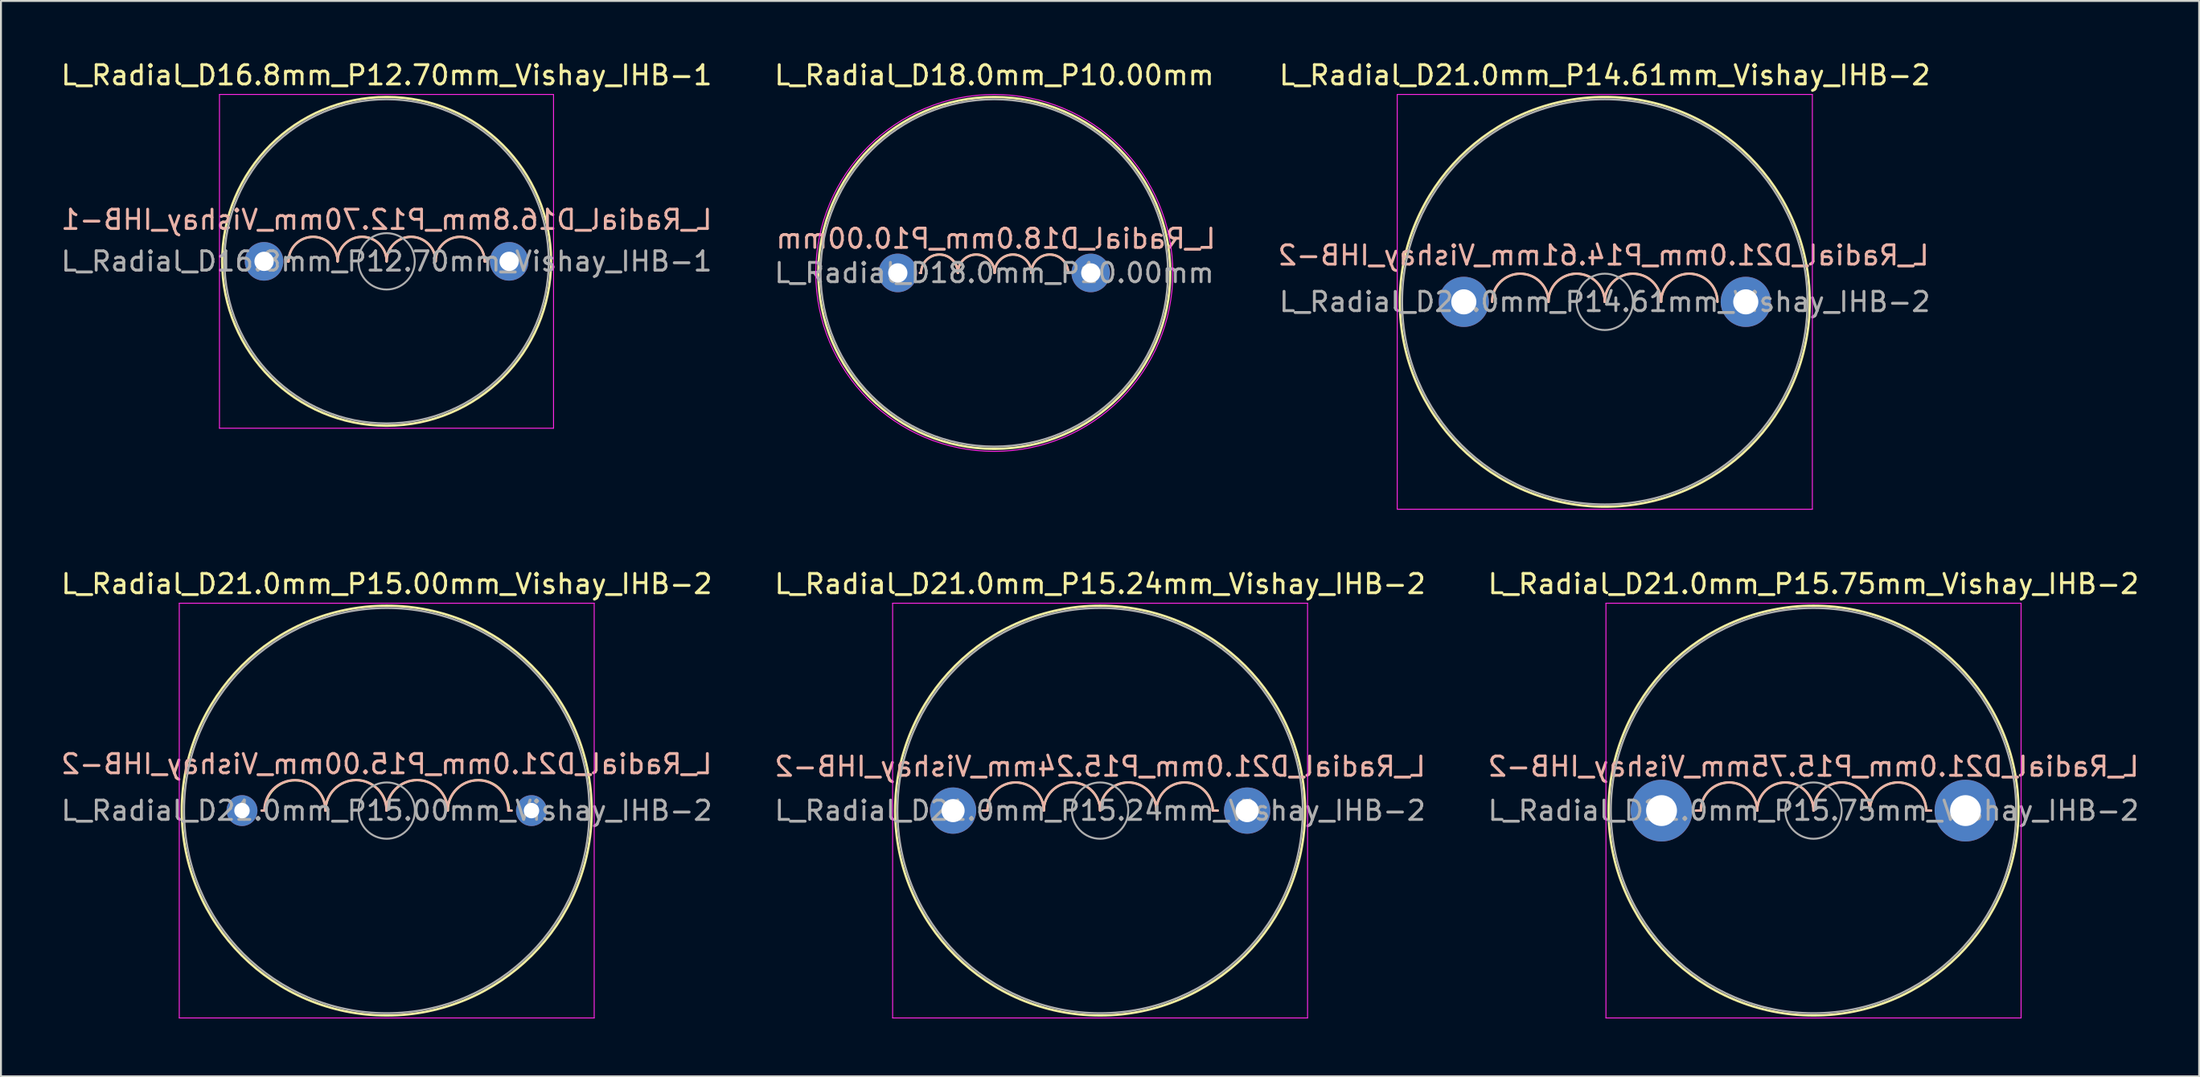
<source format=kicad_pcb>
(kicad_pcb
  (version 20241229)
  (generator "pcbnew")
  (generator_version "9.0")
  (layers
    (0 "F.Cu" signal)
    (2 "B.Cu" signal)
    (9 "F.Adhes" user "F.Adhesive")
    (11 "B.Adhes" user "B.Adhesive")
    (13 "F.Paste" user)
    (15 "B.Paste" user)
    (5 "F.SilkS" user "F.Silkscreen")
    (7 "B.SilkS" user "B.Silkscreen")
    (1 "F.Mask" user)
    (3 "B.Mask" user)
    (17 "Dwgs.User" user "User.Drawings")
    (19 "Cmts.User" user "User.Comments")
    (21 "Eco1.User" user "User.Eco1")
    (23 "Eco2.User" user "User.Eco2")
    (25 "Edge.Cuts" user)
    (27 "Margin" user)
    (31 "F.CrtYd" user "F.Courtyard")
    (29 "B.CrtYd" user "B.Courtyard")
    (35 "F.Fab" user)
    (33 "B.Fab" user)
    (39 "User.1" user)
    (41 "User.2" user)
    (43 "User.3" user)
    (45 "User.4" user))
  (footprint "L_Radial_D21.0mm_P15.00mm_Vishay_IHB-2"
    (layer "F.Cu")
    (at 9.489 38.971)
    (property "Reference" "L_Radial_D21.0mm_P15.00mm_Vishay_IHB-2" (at 7.5 -11.75 0) (layer "F.SilkS") (effects (font (size 1 1) (thickness 0.15))))
    (fp_line (start 1.188 0) (end 1.016 0) (stroke (width 0.12) (type solid)) (layer "F.SilkS"))
    (fp_line (start 13.829 0) (end 13.97 0) (stroke (width 0.12) (type solid)) (layer "F.SilkS"))
    (fp_arc (start 1.188 0) (mid 2.761 -1.573) (end 4.334 0) (stroke (width 0.12) (type solid)) (layer "F.SilkS"))
    (fp_arc (start 4.334 0) (mid 5.917 -1.583) (end 7.5 0) (stroke (width 0.12) (type solid)) (layer "F.SilkS"))
    (fp_arc (start 7.5 0) (mid 9.0805 -1.5805) (end 10.661 0) (stroke (width 0.12) (type solid)) (layer "F.SilkS"))
    (fp_arc (start 10.668 0) (mid 12.2485 -1.5805) (end 13.829 0) (stroke (width 0.12) (type solid)) (layer "F.SilkS"))
    (fp_circle (center 7.5 0) (end 18.12 0) (stroke (width 0.12) (type solid)) (fill no) (layer "F.SilkS"))
    (fp_line (start 1.157 0) (end 1.016 0) (stroke (width 0.12) (type solid)) (layer "B.SilkS"))
    (fp_line (start 13.798 0) (end 13.97 0) (stroke (width 0.12) (type solid)) (layer "B.SilkS"))
    (fp_arc (start 1.157 0) (mid 2.7375 -1.5805) (end 4.318 0) (stroke (width 0.12) (type solid)) (layer "B.SilkS"))
    (fp_arc (start 4.325 0) (mid 5.9055 -1.5805) (end 7.486 0) (stroke (width 0.12) (type solid)) (layer "B.SilkS"))
    (fp_arc (start 7.486 0) (mid 9.069 -1.583) (end 10.652 0) (stroke (width 0.12) (type solid)) (layer "B.SilkS"))
    (fp_arc (start 10.652 0) (mid 12.225 -1.573) (end 13.798 0) (stroke (width 0.12) (type solid)) (layer "B.SilkS"))
    (fp_line (start -3.25 -10.75) (end -3.25 10.75) (stroke (width 0.05) (type solid)) (layer "F.CrtYd"))
    (fp_line (start -3.25 10.75) (end 18.25 10.75) (stroke (width 0.05) (type solid)) (layer "F.CrtYd"))
    (fp_line (start 18.25 -10.75) (end -3.25 -10.75) (stroke (width 0.05) (type solid)) (layer "F.CrtYd"))
    (fp_line (start 18.25 10.75) (end 18.25 -10.75) (stroke (width 0.05) (type solid)) (layer "F.CrtYd"))
    (fp_circle (center 7.5 0) (end 8.96 0) (stroke (width 0.1) (type solid)) (fill no) (layer "F.Fab"))
    (fp_circle (center 7.5 0) (end 18 0) (stroke (width 0.1) (type solid)) (fill no) (layer "F.Fab"))
    (fp_text user "${REFERENCE}" (at 7.493 -2.413 0) (layer "B.SilkS") (effects (font (size 1 1) (thickness 0.15)) (justify mirror)))
    (fp_text user "${REFERENCE}" (at 7.5 0 0) (layer "F.Fab") (effects (font (size 1 1) (thickness 0.15))))
    (pad "1" thru_hole circle (at 0 0) (size 1.6 1.6) (drill 0.8) (layers "*.Cu" "*.Mask"))
    (pad "2" thru_hole circle (at 15 0) (size 1.6 1.6) (drill 0.8) (layers "*.Cu" "*.Mask")))
  (footprint "L_Radial_D18.0mm_P10.00mm"
    (layer "F.Cu")
    (at 43.47 11.098)
    (property "Reference" "L_Radial_D18.0mm_P10.00mm" (at 5 -10.25 0) (layer "F.SilkS") (effects (font (size 1 1) (thickness 0.15))))
    (fp_line (start 1.206 0) (end 1.143 0) (stroke (width 0.12) (type solid)) (layer "F.SilkS"))
    (fp_line (start 8.89 0) (end 8.826 0) (stroke (width 0.12) (type solid)) (layer "F.SilkS"))
    (fp_arc (start 1.2065 0) (mid 2.159 -0.9525) (end 3.1115 0) (stroke (width 0.12) (type solid)) (layer "F.SilkS"))
    (fp_arc (start 3.1115 0) (mid 4.064 -0.9525) (end 5.0165 0) (stroke (width 0.12) (type solid)) (layer "F.SilkS"))
    (fp_arc (start 5.0165 0) (mid 5.969 -0.9525) (end 6.9215 0) (stroke (width 0.12) (type solid)) (layer "F.SilkS"))
    (fp_arc (start 6.9215 0) (mid 7.874 -0.9525) (end 8.8265 0) (stroke (width 0.12) (type solid)) (layer "F.SilkS"))
    (fp_circle (center 5 0) (end 14.12 0) (stroke (width 0.12) (type solid)) (fill no) (layer "F.SilkS"))
    (fp_line (start 1.143 0) (end 1.206 0) (stroke (width 0.12) (type solid)) (layer "B.SilkS"))
    (fp_line (start 8.826 0) (end 8.89 0) (stroke (width 0.12) (type solid)) (layer "B.SilkS"))
    (fp_arc (start 1.2065 0) (mid 2.159 -0.9525) (end 3.1115 0) (stroke (width 0.12) (type solid)) (layer "B.SilkS"))
    (fp_arc (start 3.1115 0) (mid 4.064 -0.9525) (end 5.0165 0) (stroke (width 0.12) (type solid)) (layer "B.SilkS"))
    (fp_arc (start 5.0165 0) (mid 5.969 -0.9525) (end 6.9215 0) (stroke (width 0.12) (type solid)) (layer "B.SilkS"))
    (fp_arc (start 6.9215 0) (mid 7.874 -0.9525) (end 8.8265 0) (stroke (width 0.12) (type solid)) (layer "B.SilkS"))
    (fp_circle (center 5 0) (end 14.25 0) (stroke (width 0.05) (type solid)) (fill no) (layer "F.CrtYd"))
    (fp_circle (center 5 0) (end 14 0) (stroke (width 0.1) (type solid)) (fill no) (layer "F.Fab"))
    (fp_text user "${REFERENCE}" (at 5.08 -1.778 0) (layer "B.SilkS") (effects (font (size 1 1) (thickness 0.15)) (justify mirror)))
    (fp_text user "${REFERENCE}" (at 5 0 0) (layer "F.Fab") (effects (font (size 1 1) (thickness 0.15))))
    (pad "1" thru_hole circle (at 0 0) (size 2 2) (drill 1) (layers "*.Cu" "*.Mask"))
    (pad "2" thru_hole circle (at 10 0) (size 2 2) (drill 1) (layers "*.Cu" "*.Mask")))
  (footprint "L_Radial_D21.0mm_P14.61mm_Vishay_IHB-2"
    (layer "F.Cu")
    (at 72.799 12.598)
    (property "Reference" "L_Radial_D21.0mm_P14.61mm_Vishay_IHB-2" (at 7.305 -11.75 0) (layer "F.SilkS") (effects (font (size 1 1) (thickness 0.15))))
    (fp_arc (start 1.473 0) (mid 2.931 -1.458) (end 4.389 0) (stroke (width 0.12) (type solid)) (layer "F.SilkS"))
    (fp_arc (start 4.389 0) (mid 5.847 -1.458) (end 7.305 0) (stroke (width 0.12) (type solid)) (layer "F.SilkS"))
    (fp_arc (start 7.305 0) (mid 8.7655 -1.4605) (end 10.226 0) (stroke (width 0.12) (type solid)) (layer "F.SilkS"))
    (fp_arc (start 10.226 0) (mid 11.6865 -1.4605) (end 13.147 0) (stroke (width 0.12) (type solid)) (layer "F.SilkS"))
    (fp_circle (center 7.305 0) (end 17.925 0) (stroke (width 0.12) (type solid)) (fill no) (layer "F.SilkS"))
    (fp_arc (start 1.4605 0) (mid 2.921 -1.4605) (end 4.3815 0) (stroke (width 0.12) (type solid)) (layer "B.SilkS"))
    (fp_arc (start 4.3815 0) (mid 5.842 -1.4605) (end 7.3025 0) (stroke (width 0.12) (type solid)) (layer "B.SilkS"))
    (fp_arc (start 7.3025 0) (mid 8.7605 -1.458) (end 10.2185 0) (stroke (width 0.12) (type solid)) (layer "B.SilkS"))
    (fp_arc (start 10.2185 0) (mid 11.6765 -1.458) (end 13.1345 0) (stroke (width 0.12) (type solid)) (layer "B.SilkS"))
    (fp_line (start -3.45 -10.75) (end -3.45 10.75) (stroke (width 0.05) (type solid)) (layer "F.CrtYd"))
    (fp_line (start -3.45 10.75) (end 18.06 10.75) (stroke (width 0.05) (type solid)) (layer "F.CrtYd"))
    (fp_line (start 18.06 -10.75) (end -3.45 -10.75) (stroke (width 0.05) (type solid)) (layer "F.CrtYd"))
    (fp_line (start 18.06 10.75) (end 18.06 -10.75) (stroke (width 0.05) (type solid)) (layer "F.CrtYd"))
    (fp_circle (center 7.305 0) (end 8.765 0) (stroke (width 0.1) (type solid)) (fill no) (layer "F.Fab"))
    (fp_circle (center 7.305 0) (end 17.805 0) (stroke (width 0.1) (type solid)) (fill no) (layer "F.Fab"))
    (fp_text user "${REFERENCE}" (at 7.239 -2.413 0) (layer "B.SilkS") (effects (font (size 1 1) (thickness 0.15)) (justify mirror)))
    (fp_text user "${REFERENCE}" (at 7.305 0 0) (layer "F.Fab") (effects (font (size 1 1) (thickness 0.15))))
    (pad "1" thru_hole circle (at 0 0) (size 2.6 2.6) (drill 1.3) (layers "*.Cu" "*.Mask"))
    (pad "2" thru_hole circle (at 14.61 0) (size 2.6 2.6) (drill 1.3) (layers "*.Cu" "*.Mask")))
  (footprint "L_Radial_D21.0mm_P15.24mm_Vishay_IHB-2"
    (layer "F.Cu")
    (at 46.333 38.971)
    (property "Reference" "L_Radial_D21.0mm_P15.24mm_Vishay_IHB-2" (at 7.62 -11.75 0) (layer "F.SilkS") (effects (font (size 1 1) (thickness 0.15))))
    (fp_line (start 1.788 0) (end 1.524 0) (stroke (width 0.12) (type solid)) (layer "F.SilkS"))
    (fp_line (start 13.462 0) (end 13.716 0) (stroke (width 0.12) (type solid)) (layer "F.SilkS"))
    (fp_arc (start 1.788 0) (mid 3.246 -1.458) (end 4.704 0) (stroke (width 0.12) (type solid)) (layer "F.SilkS"))
    (fp_arc (start 4.704 0) (mid 6.162 -1.458) (end 7.62 0) (stroke (width 0.12) (type solid)) (layer "F.SilkS"))
    (fp_arc (start 7.62 0) (mid 9.0805 -1.4605) (end 10.541 0) (stroke (width 0.12) (type solid)) (layer "F.SilkS"))
    (fp_arc (start 10.541 0) (mid 12.0015 -1.4605) (end 13.462 0) (stroke (width 0.12) (type solid)) (layer "F.SilkS"))
    (fp_circle (center 7.62 0) (end 18.24 0) (stroke (width 0.12) (type solid)) (fill no) (layer "F.SilkS"))
    (fp_line (start 1.778 0) (end 1.524 0) (stroke (width 0.12) (type solid)) (layer "B.SilkS"))
    (fp_line (start 13.452 0) (end 13.716 0) (stroke (width 0.12) (type solid)) (layer "B.SilkS"))
    (fp_arc (start 1.778 0) (mid 3.2385 -1.4605) (end 4.699 0) (stroke (width 0.12) (type solid)) (layer "B.SilkS"))
    (fp_arc (start 4.699 0) (mid 6.1595 -1.4605) (end 7.62 0) (stroke (width 0.12) (type solid)) (layer "B.SilkS"))
    (fp_arc (start 7.62 0) (mid 9.078 -1.458) (end 10.536 0) (stroke (width 0.12) (type solid)) (layer "B.SilkS"))
    (fp_arc (start 10.536 0) (mid 11.994 -1.458) (end 13.452 0) (stroke (width 0.12) (type solid)) (layer "B.SilkS"))
    (fp_line (start -3.13 -10.75) (end -3.13 10.75) (stroke (width 0.05) (type solid)) (layer "F.CrtYd"))
    (fp_line (start -3.13 10.75) (end 18.37 10.75) (stroke (width 0.05) (type solid)) (layer "F.CrtYd"))
    (fp_line (start 18.37 -10.75) (end -3.13 -10.75) (stroke (width 0.05) (type solid)) (layer "F.CrtYd"))
    (fp_line (start 18.37 10.75) (end 18.37 -10.75) (stroke (width 0.05) (type solid)) (layer "F.CrtYd"))
    (fp_circle (center 7.62 0) (end 9.08 0) (stroke (width 0.1) (type solid)) (fill no) (layer "F.Fab"))
    (fp_circle (center 7.62 0) (end 18.12 0) (stroke (width 0.1) (type solid)) (fill no) (layer "F.Fab"))
    (fp_text user "${REFERENCE}" (at 7.62 -2.286 0) (layer "B.SilkS") (effects (font (size 1 1) (thickness 0.15)) (justify mirror)))
    (fp_text user "${REFERENCE}" (at 7.62 0 0) (layer "F.Fab") (effects (font (size 1 1) (thickness 0.15))))
    (pad "1" thru_hole circle (at 0 0) (size 2.4 2.4) (drill 1.2) (layers "*.Cu" "*.Mask"))
    (pad "2" thru_hole circle (at 15.24 0) (size 2.4 2.4) (drill 1.2) (layers "*.Cu" "*.Mask")))
  (footprint "L_Radial_D21.0mm_P15.75mm_Vishay_IHB-2"
    (layer "F.Cu")
    (at 83.044 38.971)
    (property "Reference" "L_Radial_D21.0mm_P15.75mm_Vishay_IHB-2" (at 7.875 -11.75 0) (layer "F.SilkS") (effects (font (size 1 1) (thickness 0.15))))
    (fp_line (start 2.032 0) (end 1.778 0) (stroke (width 0.12) (type solid)) (layer "F.SilkS"))
    (fp_line (start 13.716 0) (end 13.97 0) (stroke (width 0.12) (type solid)) (layer "F.SilkS"))
    (fp_arc (start 2.042 0) (mid 3.5 -1.458) (end 4.958 0) (stroke (width 0.12) (type solid)) (layer "F.SilkS"))
    (fp_arc (start 4.958 0) (mid 6.416 -1.458) (end 7.874 0) (stroke (width 0.12) (type solid)) (layer "F.SilkS"))
    (fp_arc (start 7.874 0) (mid 9.3345 -1.4605) (end 10.795 0) (stroke (width 0.12) (type solid)) (layer "F.SilkS"))
    (fp_arc (start 10.795 0) (mid 12.2555 -1.4605) (end 13.716 0) (stroke (width 0.12) (type solid)) (layer "F.SilkS"))
    (fp_circle (center 7.875 0) (end 18.495 0) (stroke (width 0.12) (type solid)) (fill no) (layer "F.SilkS"))
    (fp_line (start 2.032 0) (end 1.778 0) (stroke (width 0.12) (type solid)) (layer "B.SilkS"))
    (fp_line (start 13.716 0) (end 13.97 0) (stroke (width 0.12) (type solid)) (layer "B.SilkS"))
    (fp_arc (start 2.032 0) (mid 3.4925 -1.4605) (end 4.953 0) (stroke (width 0.12) (type solid)) (layer "B.SilkS"))
    (fp_arc (start 4.953 0) (mid 6.4135 -1.4605) (end 7.874 0) (stroke (width 0.12) (type solid)) (layer "B.SilkS"))
    (fp_arc (start 7.874 0) (mid 9.332 -1.458) (end 10.79 0) (stroke (width 0.12) (type solid)) (layer "B.SilkS"))
    (fp_arc (start 10.79 0) (mid 12.248 -1.458) (end 13.706 0) (stroke (width 0.12) (type solid)) (layer "B.SilkS"))
    (fp_line (start -2.88 -10.75) (end -2.88 10.75) (stroke (width 0.05) (type solid)) (layer "F.CrtYd"))
    (fp_line (start -2.88 10.75) (end 18.63 10.75) (stroke (width 0.05) (type solid)) (layer "F.CrtYd"))
    (fp_line (start 18.63 -10.75) (end -2.88 -10.75) (stroke (width 0.05) (type solid)) (layer "F.CrtYd"))
    (fp_line (start 18.63 10.75) (end 18.63 -10.75) (stroke (width 0.05) (type solid)) (layer "F.CrtYd"))
    (fp_circle (center 7.875 0) (end 9.335 0) (stroke (width 0.1) (type solid)) (fill no) (layer "F.Fab"))
    (fp_circle (center 7.875 0) (end 18.375 0) (stroke (width 0.1) (type solid)) (fill no) (layer "F.Fab"))
    (fp_text user "${REFERENCE}" (at 7.874 -2.286 0) (layer "B.SilkS") (effects (font (size 1 1) (thickness 0.15)) (justify mirror)))
    (fp_text user "${REFERENCE}" (at 7.875 0 0) (layer "F.Fab") (effects (font (size 1 1) (thickness 0.15))))
    (pad "1" thru_hole circle (at 0 0) (size 3.2 3.2) (drill 1.6) (layers "*.Cu" "*.Mask"))
    (pad "2" thru_hole circle (at 15.75 0) (size 3.2 3.2) (drill 1.6) (layers "*.Cu" "*.Mask")))
  (footprint "L_Radial_D16.8mm_P12.70mm_Vishay_IHB-1"
    (layer "F.Cu")
    (at 10.632 10.498)
    (property "Reference" "L_Radial_D16.8mm_P12.70mm_Vishay_IHB-1" (at 6.35 -9.65 0) (layer "F.SilkS") (effects (font (size 1 1) (thickness 0.15))))
    (fp_line (start 1.27 0) (end 1.143 0) (stroke (width 0.12) (type solid)) (layer "F.SilkS"))
    (fp_line (start 11.43 0) (end 11.557 0) (stroke (width 0.12) (type solid)) (layer "F.SilkS"))
    (fp_arc (start 1.27 0) (mid 2.54 -1.27) (end 3.81 0) (stroke (width 0.12) (type solid)) (layer "F.SilkS"))
    (fp_arc (start 3.81 0) (mid 5.08 -1.27) (end 6.35 0) (stroke (width 0.12) (type solid)) (layer "F.SilkS"))
    (fp_arc (start 6.35 0) (mid 7.62 -1.27) (end 8.89 0) (stroke (width 0.12) (type solid)) (layer "F.SilkS"))
    (fp_arc (start 8.89 0) (mid 10.16 -1.27) (end 11.43 0) (stroke (width 0.12) (type solid)) (layer "F.SilkS"))
    (fp_circle (center 6.35 0) (end 14.87 0) (stroke (width 0.12) (type solid)) (fill no) (layer "F.SilkS"))
    (fp_line (start 1.27 0) (end 1.143 0) (stroke (width 0.12) (type solid)) (layer "B.SilkS"))
    (fp_line (start 11.43 0) (end 11.557 0) (stroke (width 0.12) (type solid)) (layer "B.SilkS"))
    (fp_arc (start 1.27 0) (mid 2.54 -1.27) (end 3.81 0) (stroke (width 0.12) (type solid)) (layer "B.SilkS"))
    (fp_arc (start 3.81 0) (mid 5.08 -1.27) (end 6.35 0) (stroke (width 0.12) (type solid)) (layer "B.SilkS"))
    (fp_arc (start 6.35 0) (mid 7.62 -1.27) (end 8.89 0) (stroke (width 0.12) (type solid)) (layer "B.SilkS"))
    (fp_arc (start 8.89 0) (mid 10.16 -1.27) (end 11.43 0) (stroke (width 0.12) (type solid)) (layer "B.SilkS"))
    (fp_line (start -2.31 -8.65) (end -2.31 8.65) (stroke (width 0.05) (type solid)) (layer "F.CrtYd"))
    (fp_line (start -2.31 8.65) (end 15 8.65) (stroke (width 0.05) (type solid)) (layer "F.CrtYd"))
    (fp_line (start 15 -8.65) (end -2.31 -8.65) (stroke (width 0.05) (type solid)) (layer "F.CrtYd"))
    (fp_line (start 15 8.65) (end 15 -8.65) (stroke (width 0.05) (type solid)) (layer "F.CrtYd"))
    (fp_circle (center 6.35 0) (end 7.81 0) (stroke (width 0.1) (type solid)) (fill no) (layer "F.Fab"))
    (fp_circle (center 6.35 0) (end 14.75 0) (stroke (width 0.1) (type solid)) (fill no) (layer "F.Fab"))
    (fp_text user "${REFERENCE}" (at 6.35 -2.159 0) (layer "B.SilkS") (effects (font (size 1 1) (thickness 0.15)) (justify mirror)))
    (fp_text user "${REFERENCE}" (at 6.35 0 0) (layer "F.Fab") (effects (font (size 1 1) (thickness 0.15))))
    (pad "1" thru_hole circle (at 0 0) (size 2 2) (drill 1) (layers "*.Cu" "*.Mask"))
    (pad "2" thru_hole circle (at 12.7 0) (size 2 2) (drill 1) (layers "*.Cu" "*.Mask")))
  (gr_rect
    (start -3 -3)
    (end 110.901 52.746)
    (stroke (width 0.1) (type default))
    (fill no)
    (layer "Edge.Cuts")))
</source>
